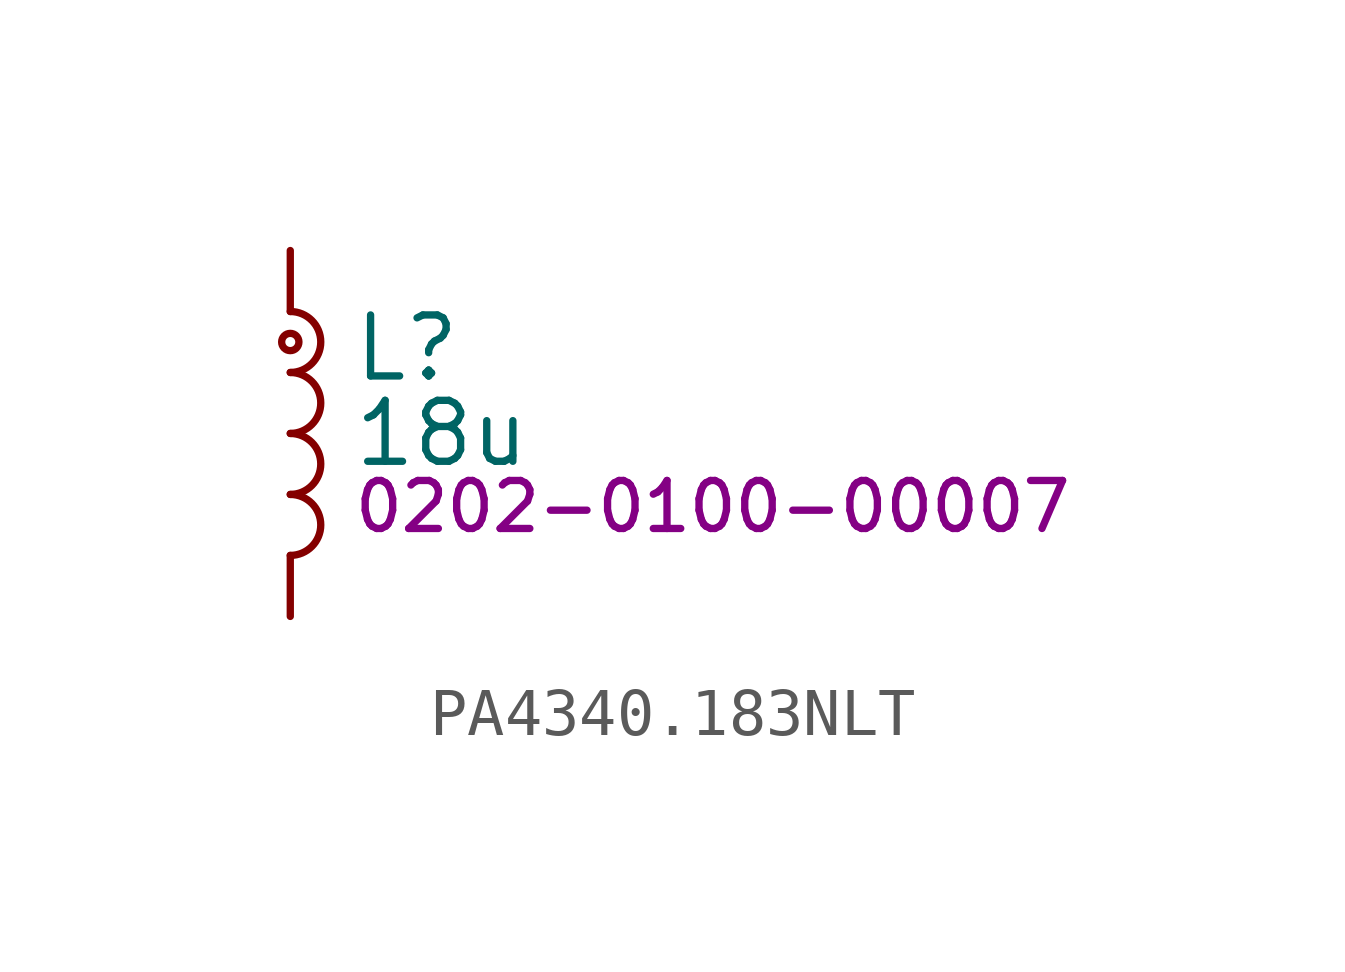
<source format=kicad_sym>
(kicad_symbol_lib
  (version 20231120)
  (generator "kicad_symbol_editor")
  (generator_version "8.0")
  (symbol "PA4340.183NLT"
    (pin_numbers hide)
    (pin_names hide)
    (property "Reference" "L"
      (at 1.27 1.778 0)
      (effects (font (size 1.27 1.27)) (justify left)))
    (property "Value" "18u"
      (at 1.27 0 0)
      (effects (font (size 1.27 1.27)) (justify left)))
    (property "PartNumber" "0202-0100-00007"
      (at 1.27 -1.524 0)
      (effects (font (size 1 1)) (justify left)))
    (symbol "PA4340.183NLT_0_1"
      (arc (start 0 -2.54) (mid 0.6323 -1.905) (end 0 -1.27) (stroke (width 0) (type default)) (fill (type none)))
      (arc (start 0 -1.27) (mid 0.6323 -0.635) (end 0 0) (stroke (width 0) (type default)) (fill (type none)))
      (arc (start 0 0) (mid 0.6323 0.635) (end 0 1.27) (stroke (width 0) (type default)) (fill (type none)))
      (arc (start 0 1.27) (mid 0.6323 1.905) (end 0 2.54) (stroke (width 0) (type default)) (fill (type none)))
      (circle (center 0 1.905) (radius 0.18) (stroke (width 0) (type default)) (fill (type none))))
    (symbol "PA4340.183NLT_1_1"
      (pin power_in line (at 0 3.81 270) (length 1.27) (name "1" (effects (font (size 1.27 1.27)))) (number "1" (effects (font (size 1.27 1.27)))))
      (pin power_out line (at 0 -3.81 90) (length 1.27) (name "2" (effects (font (size 1.27 1.27)))) (number "2" (effects (font (size 1.27 1.27))))))))
</source>
